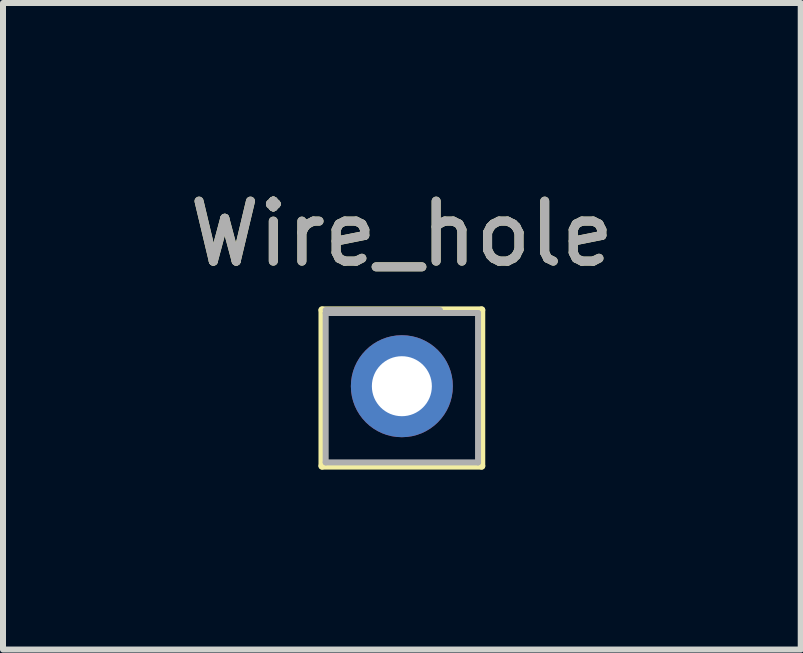
<source format=kicad_pcb>
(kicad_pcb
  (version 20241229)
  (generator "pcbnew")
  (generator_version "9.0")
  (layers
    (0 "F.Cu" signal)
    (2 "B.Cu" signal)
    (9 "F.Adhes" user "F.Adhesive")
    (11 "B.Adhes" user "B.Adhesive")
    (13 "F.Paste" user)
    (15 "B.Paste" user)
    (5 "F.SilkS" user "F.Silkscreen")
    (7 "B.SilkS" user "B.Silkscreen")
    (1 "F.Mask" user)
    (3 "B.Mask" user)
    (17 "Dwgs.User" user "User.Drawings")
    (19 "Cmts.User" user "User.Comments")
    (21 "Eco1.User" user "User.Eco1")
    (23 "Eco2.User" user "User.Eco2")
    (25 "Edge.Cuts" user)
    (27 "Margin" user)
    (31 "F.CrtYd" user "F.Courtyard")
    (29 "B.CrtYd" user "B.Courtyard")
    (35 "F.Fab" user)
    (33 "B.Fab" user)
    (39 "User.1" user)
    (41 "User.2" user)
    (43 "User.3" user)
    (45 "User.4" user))
  (footprint "Wire_hole"
    (layer "F.Cu")
    (at 3.649 0.848)
    (property "Reference" "Wire_hole" (at 0 0 0) (layer "F.SilkS") (effects (font (size 1 1) (thickness 0.15))))
    (attr through_hole)
    (fp_line (start -1.33 1.27) (end -1.33 3.87) (stroke (width 0.12) (type solid)) (layer "F.SilkS"))
    (fp_line (start -1.33 1.27) (end 1.33 1.27) (stroke (width 0.12) (type solid)) (layer "F.SilkS"))
    (fp_line (start -1.33 3.87) (end 1.33 3.87) (stroke (width 0.12) (type solid)) (layer "F.SilkS"))
    (fp_line (start 1.33 1.27) (end 1.33 3.87) (stroke (width 0.12) (type solid)) (layer "F.SilkS"))
    (fp_line (start -1.27 1.27) (end 0.635 1.27) (stroke (width 0.1) (type solid)) (layer "F.Fab"))
    (fp_line (start -1.27 1.32) (end 1.27 1.32) (stroke (width 0.1) (type solid)) (layer "F.Fab"))
    (fp_line (start -1.27 3.81) (end -1.27 1.32) (stroke (width 0.1) (type solid)) (layer "F.Fab"))
    (fp_line (start 1.27 1.32) (end 1.27 3.81) (stroke (width 0.1) (type solid)) (layer "F.Fab"))
    (fp_line (start 1.27 3.81) (end -1.27 3.81) (stroke (width 0.1) (type solid)) (layer "F.Fab"))
    (fp_text user "${REFERENCE}" (at 0 0 180) (layer "F.Fab") (effects (font (size 1 1) (thickness 0.15))))
    (pad "1" thru_hole oval (at 0 2.54) (size 1.7 1.7) (drill 1) (layers "*.Cu" "*.Mask")))
  (gr_rect
    (start -3 -3)
    (end 10.298 7.778)
    (stroke (width 0.1) (type default))
    (fill no)
    (layer "Edge.Cuts")))
</source>
